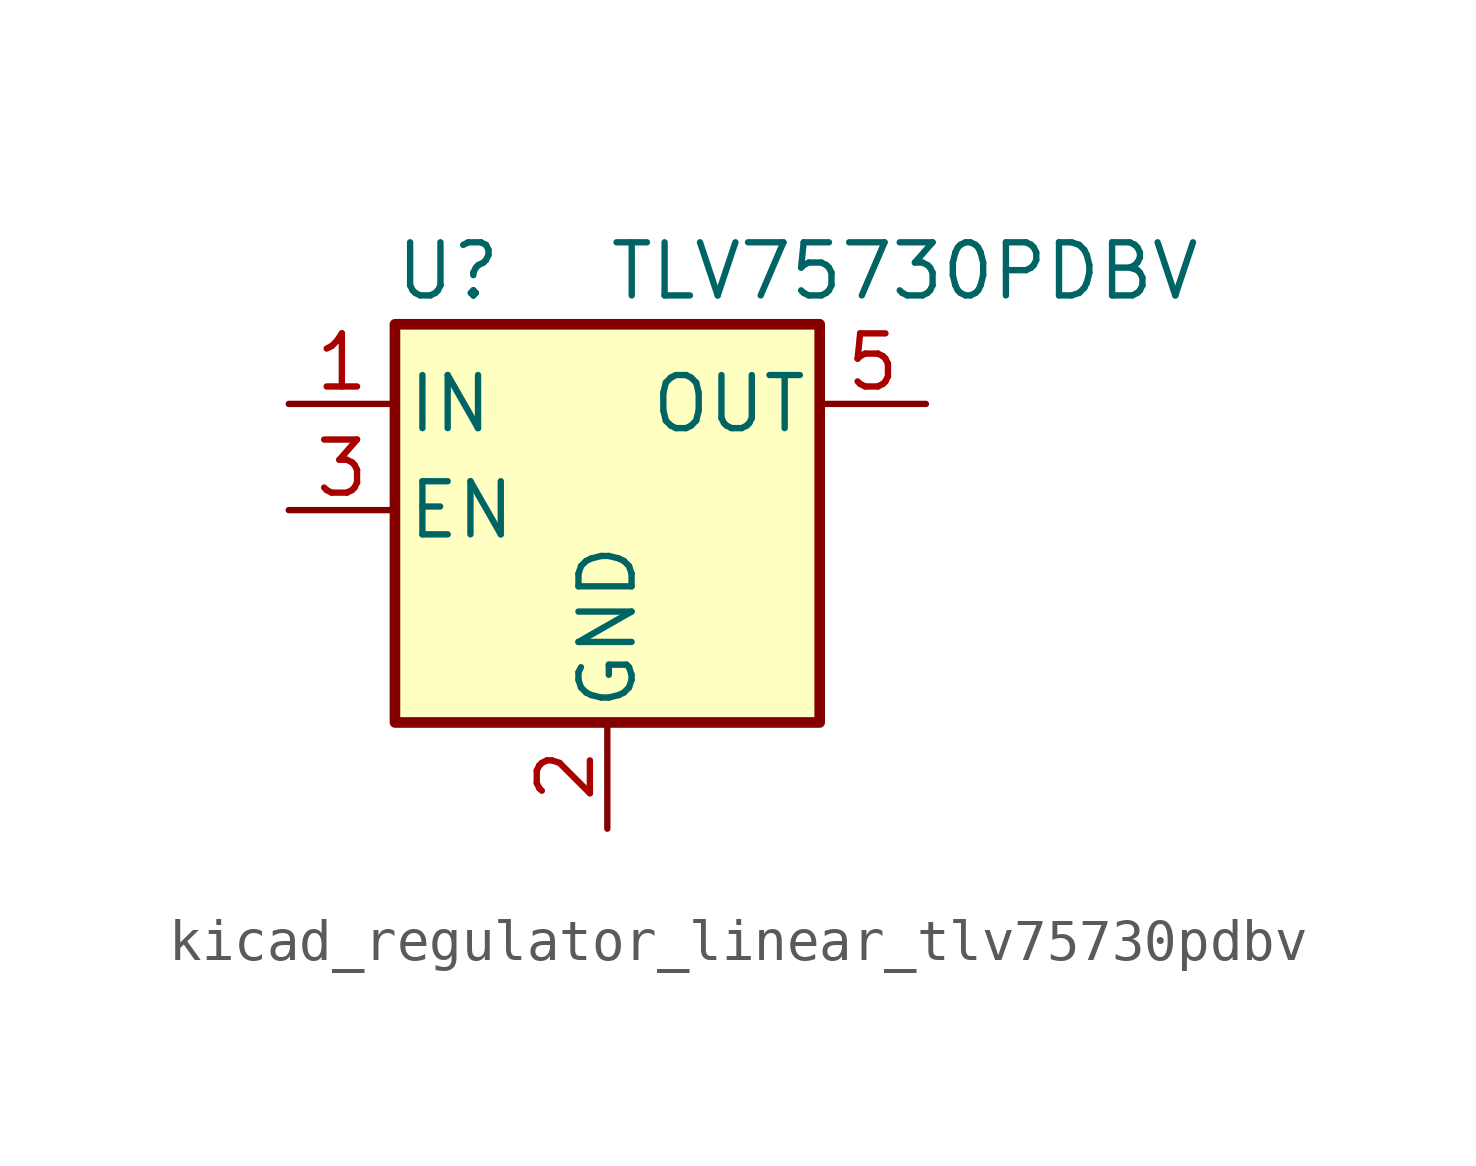
<source format=kicad_sym>
(kicad_symbol_lib
  (version 20220914)
  (generator kicad_symbol_editor)
  (symbol "kicad_regulator_linear_tlv75730pdbv"
    (pin_names
      (offset 0.254))
    (property "Reference" "U"
      (at -3.81 5.715 0)
      (effects (font (size 1.27 1.27))))
    (property "Value" "TLV75730PDBV"
      (at 0 5.715 0)
      (effects (font (size 1.27 1.27)) (justify left)))
    (symbol "kicad_regulator_linear_tlv75730pdbv_0_1"
      (rectangle (start -5.08 4.445) (end 5.08 -5.08) (stroke (width 0.254) (type default)) (fill (type background))))
    (symbol "kicad_regulator_linear_tlv75730pdbv_1_1"
      (pin power_in line (at -7.62 2.54 0) (length 2.54) (name "IN" (effects (font (size 1.27 1.27)))) (number "1" (effects (font (size 1.27 1.27)))))
      (pin power_in line (at 0 -7.62 90) (length 2.54) (name "GND" (effects (font (size 1.27 1.27)))) (number "2" (effects (font (size 1.27 1.27)))))
      (pin input line (at -7.62 0 0) (length 2.54) (name "EN" (effects (font (size 1.27 1.27)))) (number "3" (effects (font (size 1.27 1.27)))))
      (pin no_connect line (at 5.08 0 180) (length 2.54) hide (name "NC" (effects (font (size 1.27 1.27)))) (number "4" (effects (font (size 1.27 1.27)))))
      (pin power_out line (at 7.62 2.54 180) (length 2.54) (name "OUT" (effects (font (size 1.27 1.27)))) (number "5" (effects (font (size 1.27 1.27))))))))
</source>
